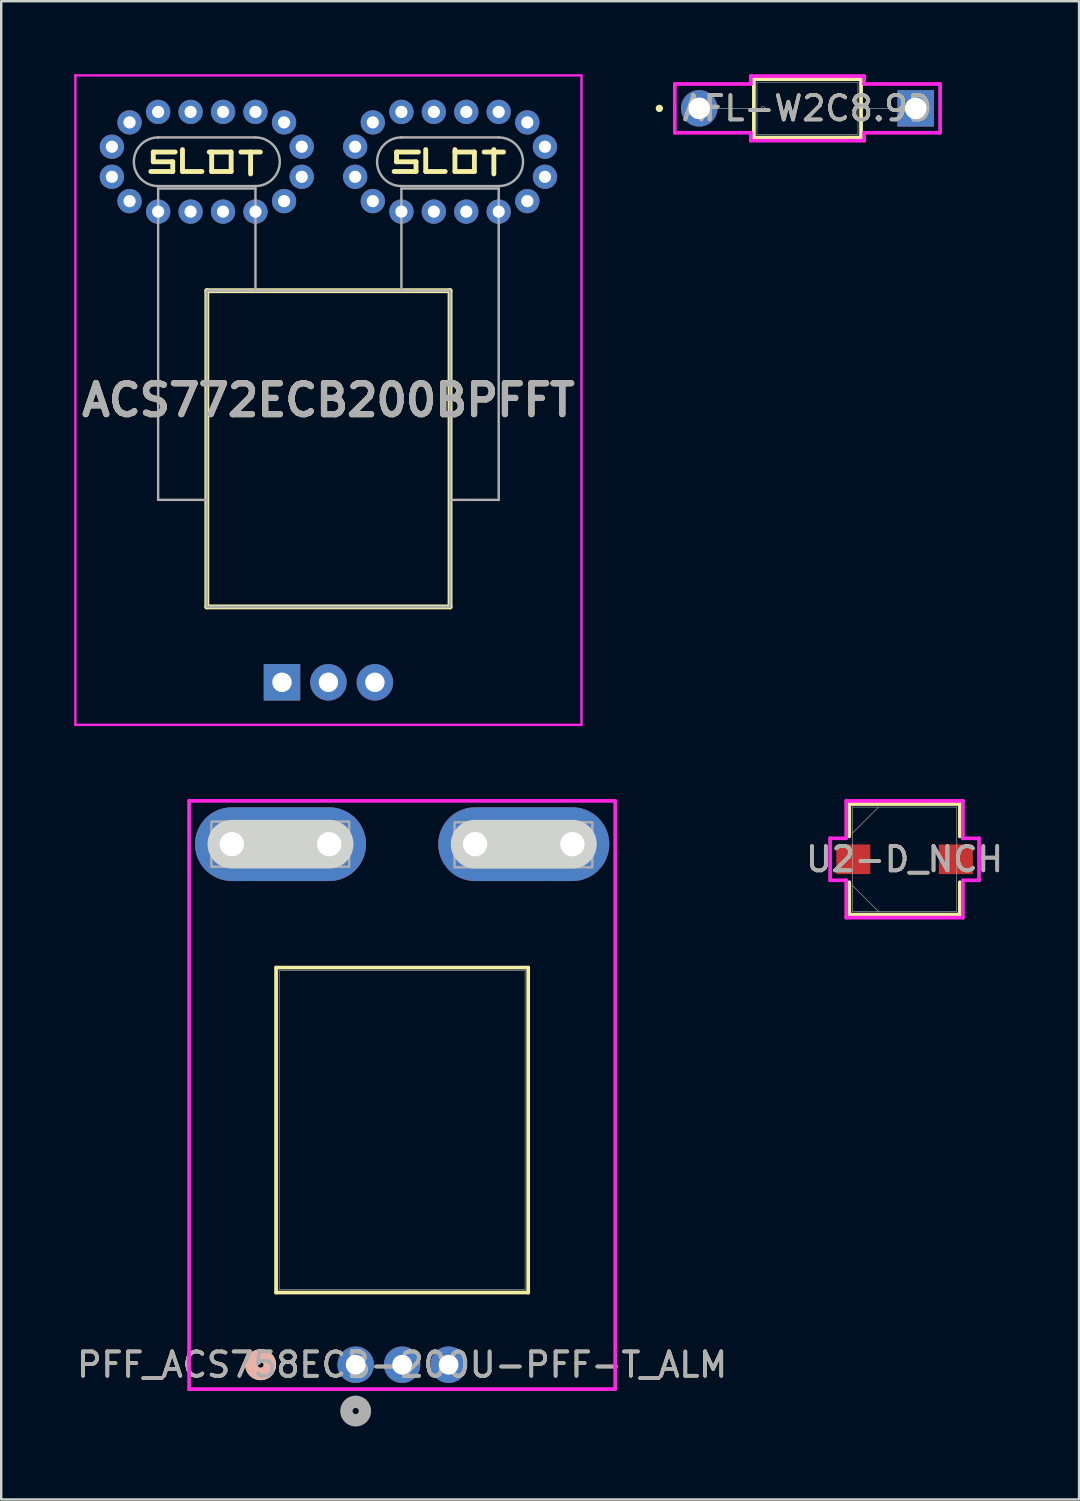
<source format=kicad_pcb>
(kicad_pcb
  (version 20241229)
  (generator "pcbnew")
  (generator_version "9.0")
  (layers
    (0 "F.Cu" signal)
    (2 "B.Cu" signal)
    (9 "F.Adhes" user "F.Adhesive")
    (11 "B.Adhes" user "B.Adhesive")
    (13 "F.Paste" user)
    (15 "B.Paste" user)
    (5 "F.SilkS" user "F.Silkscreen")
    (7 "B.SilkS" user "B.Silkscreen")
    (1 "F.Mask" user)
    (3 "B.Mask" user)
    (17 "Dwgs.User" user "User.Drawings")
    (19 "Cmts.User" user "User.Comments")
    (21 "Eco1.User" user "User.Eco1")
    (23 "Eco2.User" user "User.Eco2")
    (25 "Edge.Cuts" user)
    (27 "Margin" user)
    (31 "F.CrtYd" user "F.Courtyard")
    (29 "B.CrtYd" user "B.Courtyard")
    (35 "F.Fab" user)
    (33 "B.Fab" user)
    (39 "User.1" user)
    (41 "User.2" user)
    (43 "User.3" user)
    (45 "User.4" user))
  (footprint "AFL-W2C8.9D"
    (layer "F.Cu")
    (at 34.595 1.405)
    (property "Reference" "AFL-W2C8.9D" (at -4.45 0 0) (unlocked yes) (layer "F.SilkS") (effects (font (size 1 1) (thickness 0.15))))
    (attr through_hole)
    (fp_line (start -6.653 -1.202) (end -6.653 1.202) (stroke (width 0.152) (type solid)) (layer "F.SilkS"))
    (fp_line (start -6.653 1.202) (end -2.247 1.202) (stroke (width 0.152) (type solid)) (layer "F.SilkS"))
    (fp_line (start -2.247 -1.202) (end -6.653 -1.202) (stroke (width 0.152) (type solid)) (layer "F.SilkS"))
    (fp_line (start -2.247 1.202) (end -2.247 -1.202) (stroke (width 0.152) (type solid)) (layer "F.SilkS"))
    (fp_circle (center -10.538 0) (end -10.462 0) (stroke (width 0.152) (type solid)) (fill no) (layer "F.SilkS"))
    (fp_line (start -9.903 -1.003) (end -6.78 -1.003) (stroke (width 0.152) (type solid)) (layer "F.CrtYd"))
    (fp_line (start -9.903 1.003) (end -9.903 -1.003) (stroke (width 0.152) (type solid)) (layer "F.CrtYd"))
    (fp_line (start -6.78 -1.329) (end -2.12 -1.329) (stroke (width 0.152) (type solid)) (layer "F.CrtYd"))
    (fp_line (start -6.78 -1.003) (end -6.78 -1.329) (stroke (width 0.152) (type solid)) (layer "F.CrtYd"))
    (fp_line (start -6.78 1.003) (end -9.903 1.003) (stroke (width 0.152) (type solid)) (layer "F.CrtYd"))
    (fp_line (start -6.78 1.329) (end -6.78 1.003) (stroke (width 0.152) (type solid)) (layer "F.CrtYd"))
    (fp_line (start -6.78 1.329) (end -2.12 1.329) (stroke (width 0.152) (type solid)) (layer "F.CrtYd"))
    (fp_line (start -2.12 -1.329) (end -2.12 -1.003) (stroke (width 0.152) (type solid)) (layer "F.CrtYd"))
    (fp_line (start -2.12 -1.003) (end 1.003 -1.003) (stroke (width 0.152) (type solid)) (layer "F.CrtYd"))
    (fp_line (start -2.12 1.003) (end -2.12 1.329) (stroke (width 0.152) (type solid)) (layer "F.CrtYd"))
    (fp_line (start 1.003 -1.003) (end 1.003 1.003) (stroke (width 0.152) (type solid)) (layer "F.CrtYd"))
    (fp_line (start 1.003 1.003) (end -2.12 1.003) (stroke (width 0.152) (type solid)) (layer "F.CrtYd"))
    (fp_line (start -8.9 0) (end -6.526 0) (stroke (width 0.025) (type solid)) (layer "F.Fab"))
    (fp_line (start -6.526 -1.075) (end -6.526 1.075) (stroke (width 0.025) (type solid)) (layer "F.Fab"))
    (fp_line (start -6.526 1.075) (end -2.374 1.075) (stroke (width 0.025) (type solid)) (layer "F.Fab"))
    (fp_line (start -2.374 -1.075) (end -6.526 -1.075) (stroke (width 0.025) (type solid)) (layer "F.Fab"))
    (fp_line (start -2.374 1.075) (end -2.374 -1.075) (stroke (width 0.025) (type solid)) (layer "F.Fab"))
    (fp_line (start 0 0) (end -2.374 0) (stroke (width 0.025) (type solid)) (layer "F.Fab"))
    (fp_circle (center -6.272 0) (end -6.196 0) (stroke (width 0.025) (type solid)) (fill no) (layer "F.Fab"))
    (fp_text user "${REFERENCE}" (at -4.45 0 0) (unlocked yes) (layer "F.Fab") (effects (font (size 1 1) (thickness 0.15))))
    (pad "1" thru_hole circle (at -8.9 0) (size 1.499 1.499) (drill 0.889) (layers "*.Cu" "*.Mask"))
    (pad "2" thru_hole rect (at 0 0) (size 1.499 1.499) (drill 0.889) (layers "*.Cu" "*.Mask")))
  (footprint "ACS772ECB200BPFFT"
    (layer "F.Cu")
    (at 8.542 25)
    (property "Reference" "ACS772ECB200BPFFT" (at 1.91 -11.6 0) (layer "F.SilkS") (effects (font (size 1.27 1.27) (thickness 0.254))))
    (attr through_hole)
    (fp_line (start -5.29 -21.8) (end -5.29 -21.4) (stroke (width 0.2) (type solid)) (layer "F.SilkS"))
    (fp_line (start -5.29 -21.4) (end -4.49 -21.4) (stroke (width 0.2) (type solid)) (layer "F.SilkS"))
    (fp_line (start -4.49 -21.4) (end -4.49 -21) (stroke (width 0.2) (type solid)) (layer "F.SilkS"))
    (fp_line (start -4.49 -21) (end -5.39 -21) (stroke (width 0.2) (type solid)) (layer "F.SilkS"))
    (fp_line (start -4.39 -21.8) (end -5.29 -21.8) (stroke (width 0.2) (type solid)) (layer "F.SilkS"))
    (fp_line (start -4.09 -21.9) (end -4.09 -21) (stroke (width 0.2) (type solid)) (layer "F.SilkS"))
    (fp_line (start -4.09 -21) (end -3.29 -21) (stroke (width 0.2) (type solid)) (layer "F.SilkS"))
    (fp_line (start -3.09 -16.1) (end 6.91 -16.1) (stroke (width 0.2) (type solid)) (layer "F.SilkS"))
    (fp_line (start -3.09 -3.1) (end -3.09 -16.1) (stroke (width 0.2) (type solid)) (layer "F.SilkS"))
    (fp_line (start -2.89 -21.8) (end -2.89 -21) (stroke (width 0.2) (type solid)) (layer "F.SilkS"))
    (fp_line (start -2.89 -21) (end -2.09 -21) (stroke (width 0.2) (type solid)) (layer "F.SilkS"))
    (fp_line (start -2.09 -21.8) (end -2.99 -21.8) (stroke (width 0.2) (type solid)) (layer "F.SilkS"))
    (fp_line (start -2.09 -21) (end -2.09 -21.8) (stroke (width 0.2) (type solid)) (layer "F.SilkS"))
    (fp_line (start -1.69 -21.8) (end -0.89 -21.8) (stroke (width 0.2) (type solid)) (layer "F.SilkS"))
    (fp_line (start -1.29 -21.8) (end -1.29 -20.9) (stroke (width 0.2) (type solid)) (layer "F.SilkS"))
    (fp_line (start 4.71 -21.8) (end 4.71 -21.4) (stroke (width 0.2) (type solid)) (layer "F.SilkS"))
    (fp_line (start 4.71 -21.4) (end 5.51 -21.4) (stroke (width 0.2) (type solid)) (layer "F.SilkS"))
    (fp_line (start 5.51 -21.4) (end 5.51 -21) (stroke (width 0.2) (type solid)) (layer "F.SilkS"))
    (fp_line (start 5.51 -21) (end 4.61 -21) (stroke (width 0.2) (type solid)) (layer "F.SilkS"))
    (fp_line (start 5.61 -21.8) (end 4.71 -21.8) (stroke (width 0.2) (type solid)) (layer "F.SilkS"))
    (fp_line (start 5.91 -21.9) (end 5.91 -21) (stroke (width 0.2) (type solid)) (layer "F.SilkS"))
    (fp_line (start 5.91 -21) (end 6.71 -21) (stroke (width 0.2) (type solid)) (layer "F.SilkS"))
    (fp_line (start 6.91 -16.1) (end 6.91 -3.1) (stroke (width 0.2) (type solid)) (layer "F.SilkS"))
    (fp_line (start 6.91 -3.1) (end -3.09 -3.1) (stroke (width 0.2) (type solid)) (layer "F.SilkS"))
    (fp_line (start 7.11 -21.9) (end 7.11 -21) (stroke (width 0.2) (type solid)) (layer "F.SilkS"))
    (fp_line (start 7.11 -21) (end 7.91 -21) (stroke (width 0.2) (type solid)) (layer "F.SilkS"))
    (fp_line (start 7.91 -21.8) (end 7.11 -21.8) (stroke (width 0.2) (type solid)) (layer "F.SilkS"))
    (fp_line (start 7.91 -21) (end 7.91 -21.8) (stroke (width 0.2) (type solid)) (layer "F.SilkS"))
    (fp_line (start 8.31 -21.8) (end 9.11 -21.8) (stroke (width 0.2) (type solid)) (layer "F.SilkS"))
    (fp_line (start 8.71 -21.9) (end 8.71 -20.9) (stroke (width 0.2) (type solid)) (layer "F.SilkS"))
    (fp_line (start -8.492 -24.95) (end 12.312 -24.95) (stroke (width 0.1) (type solid)) (layer "F.CrtYd"))
    (fp_line (start -8.492 1.75) (end -8.492 -24.95) (stroke (width 0.1) (type solid)) (layer "F.CrtYd"))
    (fp_line (start 12.312 -24.95) (end 12.312 1.75) (stroke (width 0.1) (type solid)) (layer "F.CrtYd"))
    (fp_line (start 12.312 1.75) (end -8.492 1.75) (stroke (width 0.1) (type solid)) (layer "F.CrtYd"))
    (fp_line (start -5.09 -22.4) (end -5.09 -22.4) (stroke (width 0.1) (type solid)) (layer "F.Fab"))
    (fp_line (start -5.09 -20.4) (end -1.09 -20.4) (stroke (width 0.1) (type solid)) (layer "F.Fab"))
    (fp_line (start -5.09 -20.3) (end -1.09 -20.3) (stroke (width 0.1) (type solid)) (layer "F.Fab"))
    (fp_line (start -5.09 -7.5) (end -5.09 -20.3) (stroke (width 0.1) (type solid)) (layer "F.Fab"))
    (fp_line (start -3.09 -16.1) (end 6.91 -16.1) (stroke (width 0.1) (type solid)) (layer "F.Fab"))
    (fp_line (start -3.09 -7.5) (end -5.09 -7.5) (stroke (width 0.1) (type solid)) (layer "F.Fab"))
    (fp_line (start -3.09 -3.1) (end -3.09 -16.1) (stroke (width 0.1) (type solid)) (layer "F.Fab"))
    (fp_line (start -1.09 -22.4) (end -5.09 -22.4) (stroke (width 0.1) (type solid)) (layer "F.Fab"))
    (fp_line (start -1.09 -20.4) (end -1.09 -20.4) (stroke (width 0.1) (type solid)) (layer "F.Fab"))
    (fp_line (start -1.09 -20.3) (end -1.09 -16.1) (stroke (width 0.1) (type solid)) (layer "F.Fab"))
    (fp_line (start 4.91 -22.4) (end 4.91 -22.4) (stroke (width 0.1) (type solid)) (layer "F.Fab"))
    (fp_line (start 4.91 -20.4) (end 8.91 -20.4) (stroke (width 0.1) (type solid)) (layer "F.Fab"))
    (fp_line (start 4.91 -20.3) (end 4.91 -16.1) (stroke (width 0.1) (type solid)) (layer "F.Fab"))
    (fp_line (start 6.91 -16.1) (end 6.91 -3.1) (stroke (width 0.1) (type solid)) (layer "F.Fab"))
    (fp_line (start 6.91 -7.5) (end 8.91 -7.5) (stroke (width 0.1) (type solid)) (layer "F.Fab"))
    (fp_line (start 6.91 -3.1) (end -3.09 -3.1) (stroke (width 0.1) (type solid)) (layer "F.Fab"))
    (fp_line (start 8.91 -22.4) (end 4.91 -22.4) (stroke (width 0.1) (type solid)) (layer "F.Fab"))
    (fp_line (start 8.91 -20.4) (end 8.91 -20.4) (stroke (width 0.1) (type solid)) (layer "F.Fab"))
    (fp_line (start 8.91 -20.3) (end 4.91 -20.3) (stroke (width 0.1) (type solid)) (layer "F.Fab"))
    (fp_line (start 8.91 -7.5) (end 8.91 -20.3) (stroke (width 0.1) (type solid)) (layer "F.Fab"))
    (fp_arc (start -5.09 -20.4) (mid -6.09 -21.4) (end -5.09 -22.4) (stroke (width 0.1) (type solid)) (layer "F.Fab"))
    (fp_arc (start -1.09 -22.4) (mid -0.09 -21.4) (end -1.09 -20.4) (stroke (width 0.1) (type solid)) (layer "F.Fab"))
    (fp_arc (start 4.91 -20.4) (mid 3.91 -21.4) (end 4.91 -22.4) (stroke (width 0.1) (type solid)) (layer "F.Fab"))
    (fp_arc (start 8.91 -22.4) (mid 9.91 -21.4) (end 8.91 -20.4) (stroke (width 0.1) (type solid)) (layer "F.Fab"))
    (fp_text user "${REFERENCE}" (at 1.91 -11.6 0) (layer "F.Fab") (effects (font (size 1.27 1.27) (thickness 0.254))))
    (pad "1" thru_hole rect (at 0 0) (size 1.5 1.5) (drill 0.8) (layers "*.Cu" "*.Mask"))
    (pad "2" thru_hole circle (at 1.91 0) (size 1.5 1.5) (drill 0.8) (layers "*.Cu" "*.Mask"))
    (pad "3" thru_hole circle (at 3.82 0) (size 1.5 1.5) (drill 0.8) (layers "*.Cu" "*.Mask"))
    (pad "4" thru_hole circle (at 3.008 -22.018) (size 1 1) (drill 0.5) (layers "*.Cu" "*.Mask"))
    (pad "5" thru_hole circle (at 0.812 -22.018) (size 1 1) (drill 0.5) (layers "*.Cu" "*.Mask"))
    (pad "6" thru_hole circle (at 0.812 -20.782) (size 1 1) (drill 0.5) (layers "*.Cu" "*.Mask"))
    (pad "7" thru_hole circle (at 0.086 -19.782) (size 1 1) (drill 0.5) (layers "*.Cu" "*.Mask"))
    (pad "8" thru_hole circle (at -1.09 -19.35) (size 1 1) (drill 0.5) (layers "*.Cu" "*.Mask"))
    (pad "9" thru_hole circle (at -2.423 -19.35) (size 1 1) (drill 0.5) (layers "*.Cu" "*.Mask"))
    (pad "10" thru_hole circle (at -3.757 -19.35) (size 1 1) (drill 0.5) (layers "*.Cu" "*.Mask"))
    (pad "11" thru_hole circle (at -5.09 -19.35) (size 1 1) (drill 0.5) (layers "*.Cu" "*.Mask"))
    (pad "12" thru_hole circle (at -6.266 -19.782) (size 1 1) (drill 0.5) (layers "*.Cu" "*.Mask"))
    (pad "13" thru_hole circle (at -6.992 -20.782) (size 1 1) (drill 0.5) (layers "*.Cu" "*.Mask"))
    (pad "14" thru_hole circle (at -6.992 -22.018) (size 1 1) (drill 0.5) (layers "*.Cu" "*.Mask"))
    (pad "15" thru_hole circle (at -6.266 -23.018) (size 1 1) (drill 0.5) (layers "*.Cu" "*.Mask"))
    (pad "16" thru_hole circle (at -5.09 -23.45) (size 1 1) (drill 0.5) (layers "*.Cu" "*.Mask"))
    (pad "17" thru_hole circle (at -3.757 -23.45) (size 1 1) (drill 0.5) (layers "*.Cu" "*.Mask"))
    (pad "18" thru_hole circle (at -2.423 -23.45) (size 1 1) (drill 0.5) (layers "*.Cu" "*.Mask"))
    (pad "19" thru_hole circle (at -1.09 -23.45) (size 1 1) (drill 0.5) (layers "*.Cu" "*.Mask"))
    (pad "20" thru_hole circle (at 0.086 -23.018) (size 1 1) (drill 0.5) (layers "*.Cu" "*.Mask"))
    (pad "21" thru_hole circle (at 3.008 -20.782) (size 1 1) (drill 0.5) (layers "*.Cu" "*.Mask"))
    (pad "22" thru_hole circle (at 3.734 -19.782) (size 1 1) (drill 0.5) (layers "*.Cu" "*.Mask"))
    (pad "23" thru_hole circle (at 4.91 -19.35) (size 1 1) (drill 0.5) (layers "*.Cu" "*.Mask"))
    (pad "24" thru_hole circle (at 6.243 -19.35) (size 1 1) (drill 0.5) (layers "*.Cu" "*.Mask"))
    (pad "25" thru_hole circle (at 7.577 -19.35) (size 1 1) (drill 0.5) (layers "*.Cu" "*.Mask"))
    (pad "26" thru_hole circle (at 8.91 -19.35) (size 1 1) (drill 0.5) (layers "*.Cu" "*.Mask"))
    (pad "27" thru_hole circle (at 10.086 -19.782) (size 1 1) (drill 0.5) (layers "*.Cu" "*.Mask"))
    (pad "28" thru_hole circle (at 10.812 -20.782) (size 1 1) (drill 0.5) (layers "*.Cu" "*.Mask"))
    (pad "29" thru_hole circle (at 10.812 -22.018) (size 1 1) (drill 0.5) (layers "*.Cu" "*.Mask"))
    (pad "30" thru_hole circle (at 10.086 -23.018) (size 1 1) (drill 0.5) (layers "*.Cu" "*.Mask"))
    (pad "31" thru_hole circle (at 8.91 -23.45) (size 1 1) (drill 0.5) (layers "*.Cu" "*.Mask"))
    (pad "32" thru_hole circle (at 7.577 -23.45) (size 1 1) (drill 0.5) (layers "*.Cu" "*.Mask"))
    (pad "33" thru_hole circle (at 6.243 -23.45) (size 1 1) (drill 0.5) (layers "*.Cu" "*.Mask"))
    (pad "34" thru_hole circle (at 4.91 -23.45) (size 1 1) (drill 0.5) (layers "*.Cu" "*.Mask"))
    (pad "35" thru_hole circle (at 3.734 -23.018) (size 1 1) (drill 0.5) (layers "*.Cu" "*.Mask")))
  (footprint "PFF_ACS758ECB-200U-PFF-T_ALM"
    (layer "F.Cu")
    (at 11.572 53.054)
    (property "Reference" "PFF_ACS758ECB-200U-PFF-T_ALM" (at 1.91 0 0) (unlocked yes) (layer "F.SilkS") (effects (font (size 1 1) (thickness 0.15))))
    (attr through_hole)
    (fp_line (start -3.272 -16.327) (end -3.272 -2.967) (stroke (width 0.152) (type solid)) (layer "F.SilkS"))
    (fp_line (start -3.272 -2.967) (end 7.092 -2.967) (stroke (width 0.152) (type solid)) (layer "F.SilkS"))
    (fp_line (start 7.092 -16.327) (end -3.272 -16.327) (stroke (width 0.152) (type solid)) (layer "F.SilkS"))
    (fp_line (start 7.092 -2.967) (end 7.092 -16.327) (stroke (width 0.152) (type solid)) (layer "F.SilkS"))
    (fp_circle (center -3.907 0) (end -3.526 0) (stroke (width 0.508) (type solid)) (fill no) (layer "F.SilkS"))
    (fp_circle (center -3.907 0) (end -3.526 0) (stroke (width 0.508) (type solid)) (fill no) (layer "B.SilkS"))
    (fp_line (start -5.09 -21.4) (end -1.09 -21.4) (stroke (width 1) (type solid)) (layer "Edge.Cuts"))
    (fp_line (start -1.09 -21.4) (end -5.09 -21.4) (stroke (width 2) (type default)) (layer "Edge.Cuts"))
    (fp_line (start 4.91 -21.4) (end 8.91 -21.4) (stroke (width 1) (type solid)) (layer "Edge.Cuts"))
    (fp_line (start 8.91 -21.4) (end 4.91 -21.4) (stroke (width 2) (type default)) (layer "Edge.Cuts"))
    (fp_line (start -6.849 -23.178) (end -6.849 1.003) (stroke (width 0.152) (type solid)) (layer "F.CrtYd"))
    (fp_line (start -6.849 1.003) (end 10.669 1.003) (stroke (width 0.152) (type solid)) (layer "F.CrtYd"))
    (fp_line (start 10.669 -23.178) (end -6.849 -23.178) (stroke (width 0.152) (type solid)) (layer "F.CrtYd"))
    (fp_line (start 10.669 1.003) (end 10.669 -23.178) (stroke (width 0.152) (type solid)) (layer "F.CrtYd"))
    (fp_line (start -4.801 -21.565) (end -5.131 -21.488) (stroke (width 0.1) (type default)) (layer "F.Fab"))
    (fp_line (start -3.145 -16.2) (end -3.145 -3.094) (stroke (width 0.025) (type solid)) (layer "F.Fab"))
    (fp_line (start -3.145 -3.094) (end 6.965 -3.094) (stroke (width 0.025) (type solid)) (layer "F.Fab"))
    (fp_line (start 6.965 -16.2) (end -3.145 -16.2) (stroke (width 0.025) (type solid)) (layer "F.Fab"))
    (fp_line (start 6.965 -3.094) (end 6.965 -16.2) (stroke (width 0.025) (type solid)) (layer "F.Fab"))
    (fp_rect (start -5.931 -22.327) (end -0.267 -20.472) (stroke (width 0.1) (type default)) (fill no) (layer "F.Fab"))
    (fp_rect (start 4.064 -22.301) (end 9.728 -20.447) (stroke (width 0.1) (type default)) (fill no) (layer "F.Fab"))
    (fp_circle (center 0 1.905) (end 0.381 1.905) (stroke (width 0.508) (type solid)) (fill no) (layer "F.Fab"))
    (fp_text user "${REFERENCE}" (at 1.91 0 0) (unlocked yes) (layer "F.Fab") (effects (font (size 1 1) (thickness 0.15))))
    (pad "" np_thru_hole circle (at -5.09 -21.4) (size 1 1) (drill 1) (layers "*.Cu" "*.Mask"))
    (pad "" np_thru_hole circle (at -1.09 -21.4) (size 1 1) (drill 1) (layers "*.Cu" "*.Mask"))
    (pad "" np_thru_hole circle (at 4.91 -21.4) (size 1 1) (drill 1) (layers "*.Cu" "*.Mask"))
    (pad "" np_thru_hole circle (at 8.91 -21.4) (size 1 1) (drill 1) (layers "*.Cu" "*.Mask"))
    (pad "1" thru_hole circle (at 0 0) (size 1.499 1.499) (drill 0.813) (layers "*.Cu" "*.Mask"))
    (pad "2" thru_hole circle (at 1.91 0) (size 1.499 1.499) (drill 0.813) (layers "*.Cu" "*.Mask"))
    (pad "3" thru_hole circle (at 3.82 0) (size 1.499 1.499) (drill 0.813) (layers "*.Cu" "*.Mask"))
    (pad "4" thru_hole oval (at 6.91 -21.4) (size 7.032 3.032) (drill 0.025) (layers "*.Cu" "*.Mask"))
    (pad "5" thru_hole oval (at -3.09 -21.4) (size 7.032 3.032) (drill 0.025) (layers "*.Cu" "*.Mask")))
  (footprint "U2-D_NCH"
    (layer "F.Cu")
    (at 34.137 32.276)
    (property "Reference" "U2-D_NCH" (at 0 0 0) (unlocked yes) (layer "F.SilkS") (effects (font (size 1 1) (thickness 0.15))))
    (attr smd)
    (fp_line (start -2.273 -2.273) (end -2.273 -0.942) (stroke (width 0.152) (type solid)) (layer "F.SilkS"))
    (fp_line (start -2.273 0.942) (end -2.273 2.273) (stroke (width 0.152) (type solid)) (layer "F.SilkS"))
    (fp_line (start -2.273 2.273) (end 2.273 2.273) (stroke (width 0.152) (type solid)) (layer "F.SilkS"))
    (fp_line (start 2.273 -2.273) (end -2.273 -2.273) (stroke (width 0.152) (type solid)) (layer "F.SilkS"))
    (fp_line (start 2.273 -0.942) (end 2.273 -2.273) (stroke (width 0.152) (type solid)) (layer "F.SilkS"))
    (fp_line (start 2.273 2.273) (end 2.273 0.942) (stroke (width 0.152) (type solid)) (layer "F.SilkS"))
    (fp_line (start -3.061 -0.864) (end -2.4 -0.864) (stroke (width 0.152) (type solid)) (layer "F.CrtYd"))
    (fp_line (start -3.061 0.864) (end -3.061 -0.864) (stroke (width 0.152) (type solid)) (layer "F.CrtYd"))
    (fp_line (start -2.4 -2.4) (end 2.4 -2.4) (stroke (width 0.152) (type solid)) (layer "F.CrtYd"))
    (fp_line (start -2.4 -0.864) (end -2.4 -2.4) (stroke (width 0.152) (type solid)) (layer "F.CrtYd"))
    (fp_line (start -2.4 0.864) (end -3.061 0.864) (stroke (width 0.152) (type solid)) (layer "F.CrtYd"))
    (fp_line (start -2.4 2.4) (end -2.4 0.864) (stroke (width 0.152) (type solid)) (layer "F.CrtYd"))
    (fp_line (start 2.4 -2.4) (end 2.4 -0.864) (stroke (width 0.152) (type solid)) (layer "F.CrtYd"))
    (fp_line (start 2.4 -0.864) (end 3.061 -0.864) (stroke (width 0.152) (type solid)) (layer "F.CrtYd"))
    (fp_line (start 2.4 0.864) (end 2.4 2.4) (stroke (width 0.152) (type solid)) (layer "F.CrtYd"))
    (fp_line (start 2.4 2.4) (end -2.4 2.4) (stroke (width 0.152) (type solid)) (layer "F.CrtYd"))
    (fp_line (start 3.061 -0.864) (end 3.061 0.864) (stroke (width 0.152) (type solid)) (layer "F.CrtYd"))
    (fp_line (start 3.061 0.864) (end 2.4 0.864) (stroke (width 0.152) (type solid)) (layer "F.CrtYd"))
    (fp_line (start -2.146 -2.146) (end -2.146 2.146) (stroke (width 0.025) (type solid)) (layer "F.Fab"))
    (fp_line (start -2.146 -1.073) (end -1.073 -2.146) (stroke (width 0.025) (type solid)) (layer "F.Fab"))
    (fp_line (start -2.146 1.073) (end -1.073 2.146) (stroke (width 0.025) (type solid)) (layer "F.Fab"))
    (fp_line (start -2.146 2.146) (end 2.146 2.146) (stroke (width 0.025) (type solid)) (layer "F.Fab"))
    (fp_line (start 2.146 -2.146) (end -2.146 -2.146) (stroke (width 0.025) (type solid)) (layer "F.Fab"))
    (fp_line (start 2.146 2.146) (end 2.146 -2.146) (stroke (width 0.025) (type solid)) (layer "F.Fab"))
    (fp_circle (center -1.638 0) (end -1.638 0) (stroke (width 0.025) (type solid)) (fill no) (layer "F.Fab"))
    (fp_text user "${REFERENCE}" (at 0 0 0) (unlocked yes) (layer "F.Fab") (effects (font (size 1 1) (thickness 0.15))))
    (pad "1" smd rect (at -2.108 0) (size 1.397 1.219) (layers "F.Cu" "F.Mask" "F.Paste"))
    (pad "2" smd rect (at 2.108 0) (size 1.397 1.219) (layers "F.Cu" "F.Mask" "F.Paste"))
    (zone (net_name "") (layer "F.Cu") (hatch full 0.508) (connect_pads) (min_thickness 0.254) (filled_areas_thickness no) (keepout (tracks not_allowed) (vias not_allowed) (pads allowed) (copperpour not_allowed) (footprints allowed)) (placement (enabled no)) (fill) (polygon (pts (xy 32.041 30.181) (xy 36.232 30.181) (xy 36.232 31.616) (xy 32.041 31.616))))
    (zone (net_name "") (layer "F.Cu") (hatch full 0.508) (connect_pads) (min_thickness 0.254) (filled_areas_thickness no) (keepout (tracks not_allowed) (vias not_allowed) (pads allowed) (copperpour not_allowed) (footprints allowed)) (placement (enabled no)) (fill) (polygon (pts (xy 32.041 32.937) (xy 36.232 32.937) (xy 36.232 34.372) (xy 32.041 34.372))))
    (zone (net_name "") (layer "F.Cu") (hatch full 0.508) (connect_pads) (min_thickness 0.254) (filled_areas_thickness no) (keepout (tracks not_allowed) (vias not_allowed) (pads allowed) (copperpour not_allowed) (footprints allowed)) (placement (enabled no)) (fill) (polygon (pts (xy 32.778 31.616) (xy 35.496 31.616) (xy 35.496 32.937) (xy 32.778 32.937)))))
  (gr_rect
    (start -3 -3)
    (end 41.31 58.594)
    (stroke (width 0.1) (type default))
    (fill no)
    (layer "Edge.Cuts")))
</source>
